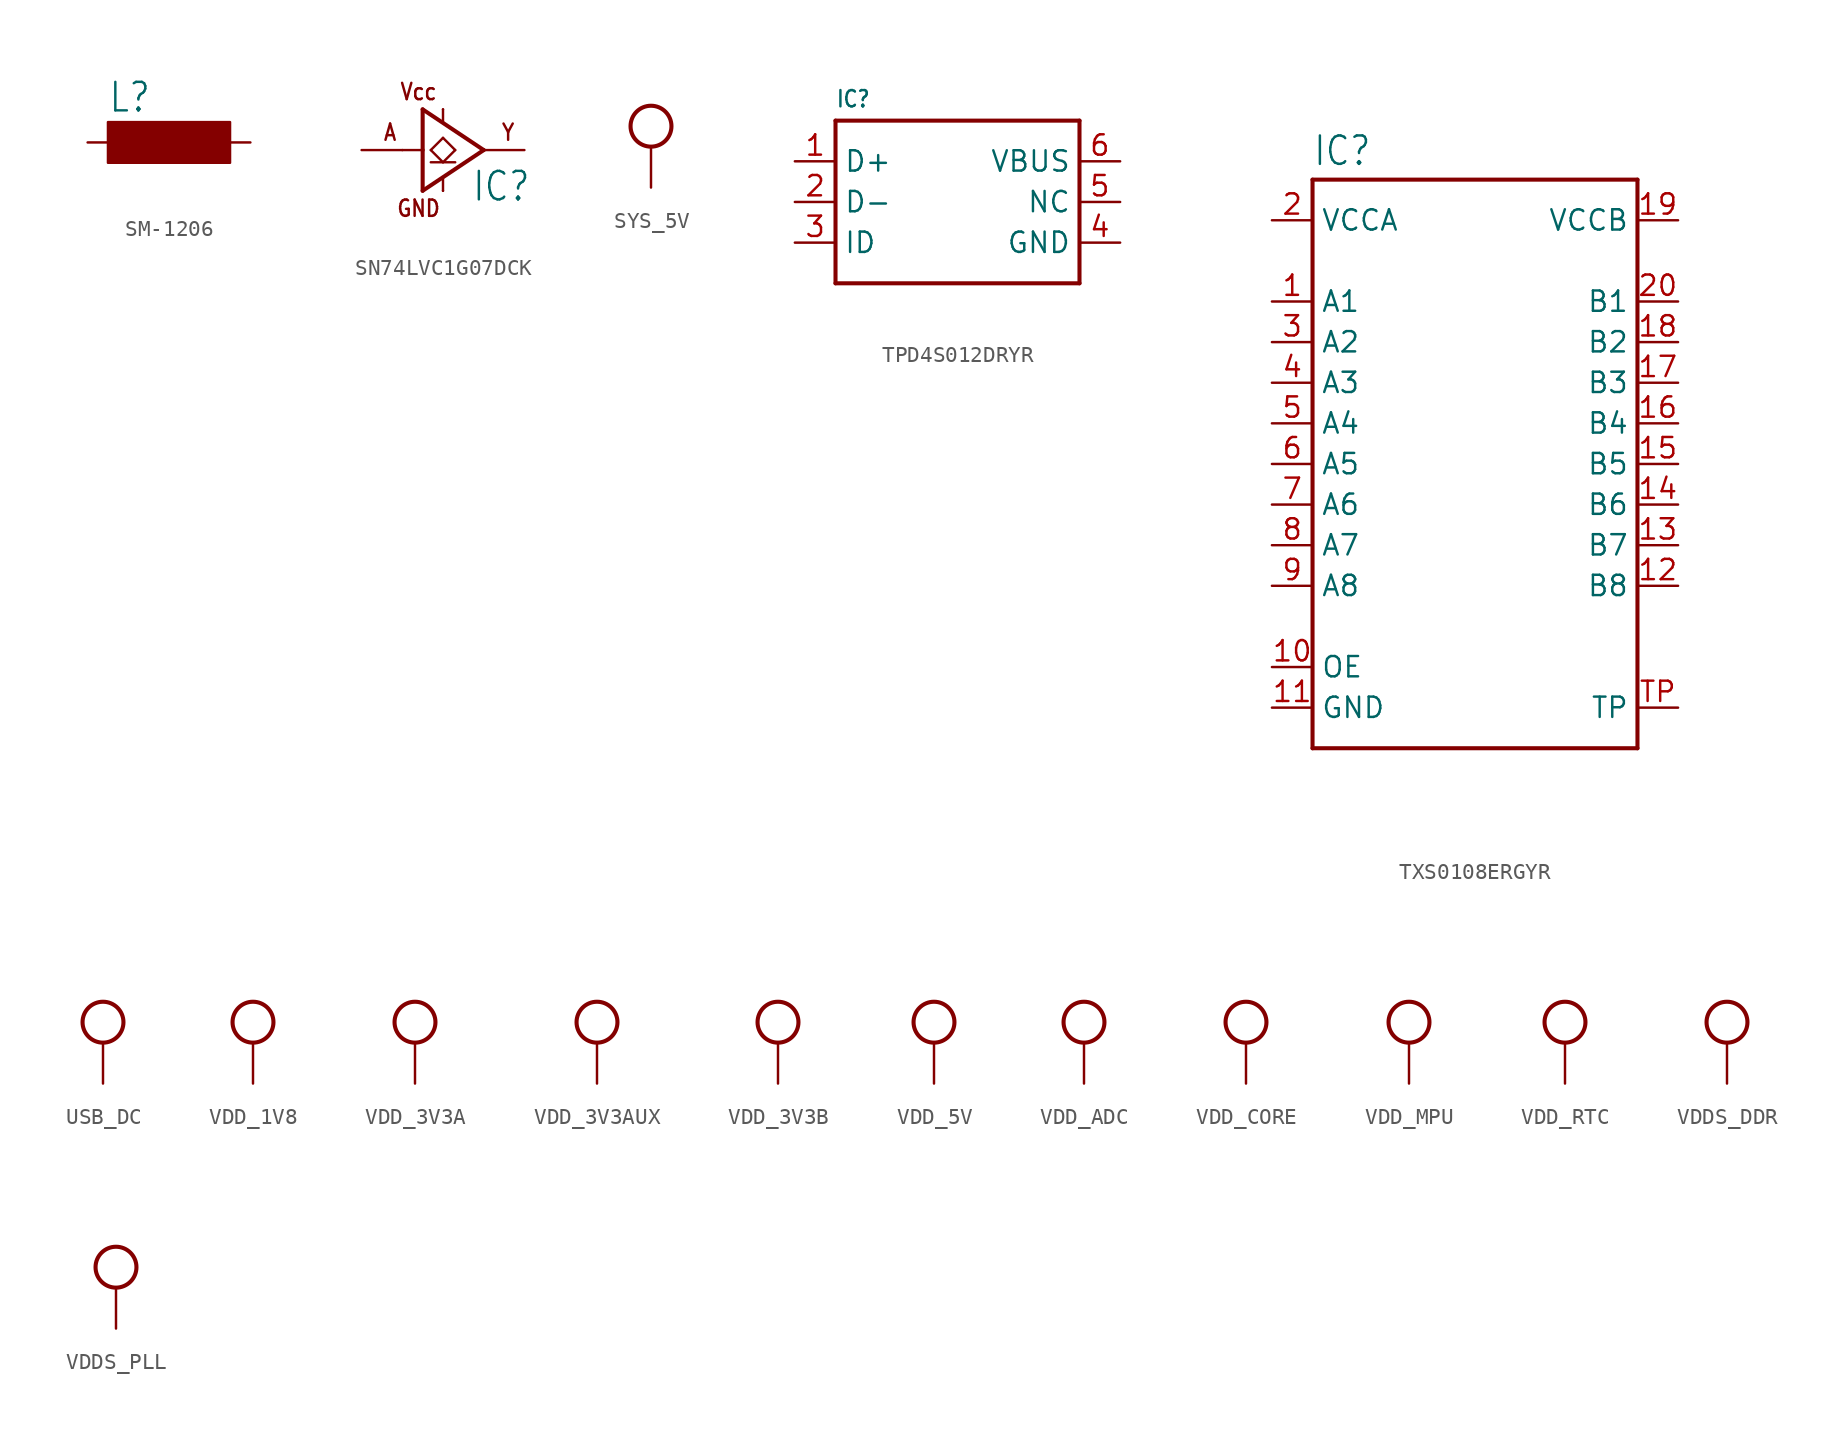
<source format=kicad_sym>
(kicad_symbol_lib
  (version 20231120)
  (generator "kicad_symbol_editor")
  (generator_version "8.0")
  (symbol "SM-1206"
    (property "Reference" "L"
      (at -3.81 1.778 0)
      (effects (font (size 1.778 1.511)) (justify left bottom)))
    (property "Value" ""
      (at -3.81 -3.556 0)
      (effects (font (size 1.778 1.511)) (justify left bottom)))
    (property "ki_locked" ""
      (at 0 0 0)
      (effects (font (size 1.27 1.27))))
    (symbol "SM-1206_1_0"
      (rectangle (start -3.81 -1.27) (end 3.81 1.27) (stroke (width 0) (type default)) (fill (type outline)))
      (pin passive line (at -5.08 0 0) (length 2.54) (name "1" (effects (font (size 0 0)))) (number "1" (effects (font (size 0 0)))))
      (pin passive line (at 5.08 0 180) (length 2.54) (name "2" (effects (font (size 0 0)))) (number "2" (effects (font (size 0 0)))))))
  (symbol "SN74LVC1G07DCK"
    (property "Reference" "IC"
      (at 1.778 -3.302 0)
      (effects (font (size 1.778 1.511)) (justify left bottom)))
    (property "Value" ""
      (at 1.778 -5.334 0)
      (effects (font (size 1.778 1.511)) (justify left bottom)))
    (property "ki_locked" ""
      (at 0 0 0)
      (effects (font (size 1.27 1.27))))
    (symbol "SN74LVC1G07DCK_1_0"
      (polyline (pts (xy -2.54 0) (xy -1.27 0)) (stroke (width 0.152) (type solid)) (fill (type none)))
      (polyline (pts (xy -1.27 -2.54) (xy 2.54 0)) (stroke (width 0.254) (type solid)) (fill (type none)))
      (polyline (pts (xy -1.27 0) (xy -1.27 -2.54)) (stroke (width 0.254) (type solid)) (fill (type none)))
      (polyline (pts (xy -1.27 2.54) (xy -1.27 0)) (stroke (width 0.254) (type solid)) (fill (type none)))
      (polyline (pts (xy -0.762 -0.762) (xy 0.762 -0.762)) (stroke (width 0.152) (type solid)) (fill (type none)))
      (polyline (pts (xy -0.762 0) (xy 0 0.762)) (stroke (width 0.152) (type solid)) (fill (type none)))
      (polyline (pts (xy 0 -1.778) (xy 0 -2.54)) (stroke (width 0.152) (type solid)) (fill (type none)))
      (polyline (pts (xy 0 -0.762) (xy -0.762 0)) (stroke (width 0.152) (type solid)) (fill (type none)))
      (polyline (pts (xy 0 0.762) (xy 0.762 0)) (stroke (width 0.152) (type solid)) (fill (type none)))
      (polyline (pts (xy 0 2.54) (xy 0 1.778)) (stroke (width 0.152) (type solid)) (fill (type none)))
      (polyline (pts (xy 0.762 0) (xy 0 -0.762)) (stroke (width 0.152) (type solid)) (fill (type none)))
      (polyline (pts (xy 2.54 0) (xy -1.27 2.54)) (stroke (width 0.254) (type solid)) (fill (type none)))
      (text "A" (at -3.302 0.508 0) (effects (font (size 1.016 0.864)) (justify bottom)))
      (text "GND" (at -1.524 -3.048 0) (effects (font (size 1.016 0.864)) (justify top)))
      (text "Vcc" (at -1.524 3.048 0) (effects (font (size 1.016 0.864)) (justify bottom)))
      (text "Y" (at 4.064 0.508 0) (effects (font (size 1.016 0.864)) (justify bottom)))
      (pin bidirectional line (at -5.08 0 0) (length 2.54) (name "A" (effects (font (size 0 0)))) (number "2" (effects (font (size 0 0)))))
      (pin bidirectional line (at 0 -2.54 0) (length 0) (name "GND" (effects (font (size 0 0)))) (number "3" (effects (font (size 0 0)))))
      (pin bidirectional line (at 5.08 0 180) (length 2.54) (name "Y" (effects (font (size 0 0)))) (number "4" (effects (font (size 0 0)))))
      (pin bidirectional line (at 0 2.54 0) (length 0) (name "VCC" (effects (font (size 0 0)))) (number "5" (effects (font (size 0 0)))))))
  (symbol "SYS_5V"
    (power)
    (property "Reference" "#SUPPLY"
      (at 0 0 0)
      (effects (font (size 1.27 1.27)) (hide yes)))
    (property "Value" ""
      (at 0 4.064 0)
      (effects (font (size 1.778 1.511))))
    (property "ki_locked" ""
      (at 0 0 0)
      (effects (font (size 1.27 1.27))))
    (symbol "SYS_5V_1_0"
      (circle (center 0 1.27) (radius 1.27) (stroke (width 0.254) (type solid)) (fill (type none)))
      (pin power_in line (at 0 -2.54 90) (length 2.54) (name "SYS_5V" (effects (font (size 0 0)))) (number "1" (effects (font (size 0 0)))))))
  (symbol "TPD4S012DRYR"
    (property "Reference" "IC"
      (at -7.62 5.842 0)
      (effects (font (size 1.016 0.864)) (justify left bottom)))
    (property "Value" ""
      (at -7.62 -7.112 0)
      (effects (font (size 1.016 0.864)) (justify left bottom)))
    (property "ki_locked" ""
      (at 0 0 0)
      (effects (font (size 1.27 1.27))))
    (symbol "TPD4S012DRYR_1_0"
      (polyline (pts (xy -7.62 -5.08) (xy -7.62 5.08)) (stroke (width 0.254) (type solid)) (fill (type none)))
      (polyline (pts (xy -7.62 5.08) (xy 7.62 5.08)) (stroke (width 0.254) (type solid)) (fill (type none)))
      (polyline (pts (xy 7.62 -5.08) (xy -7.62 -5.08)) (stroke (width 0.254) (type solid)) (fill (type none)))
      (polyline (pts (xy 7.62 5.08) (xy 7.62 -5.08)) (stroke (width 0.254) (type solid)) (fill (type none)))
      (pin bidirectional line (at -10.16 2.54 0) (length 2.54) (name "D+" (effects (font (size 1.27 1.27)))) (number "1" (effects (font (size 1.27 1.27)))))
      (pin bidirectional line (at -10.16 0 0) (length 2.54) (name "D-" (effects (font (size 1.27 1.27)))) (number "2" (effects (font (size 1.27 1.27)))))
      (pin bidirectional line (at -10.16 -2.54 0) (length 2.54) (name "ID" (effects (font (size 1.27 1.27)))) (number "3" (effects (font (size 1.27 1.27)))))
      (pin bidirectional line (at 10.16 -2.54 180) (length 2.54) (name "GND" (effects (font (size 1.27 1.27)))) (number "4" (effects (font (size 1.27 1.27)))))
      (pin bidirectional line (at 10.16 0 180) (length 2.54) (name "NC" (effects (font (size 1.27 1.27)))) (number "5" (effects (font (size 1.27 1.27)))))
      (pin bidirectional line (at 10.16 2.54 180) (length 2.54) (name "VBUS" (effects (font (size 1.27 1.27)))) (number "6" (effects (font (size 1.27 1.27)))))))
  (symbol "TXS0108ERGYR"
    (property "Reference" "IC"
      (at -10.16 18.542 0)
      (effects (font (size 1.778 1.511)) (justify left bottom)))
    (property "Value" ""
      (at -10.16 -20.32 0)
      (effects (font (size 1.778 1.511)) (justify left bottom)))
    (property "ki_locked" ""
      (at 0 0 0)
      (effects (font (size 1.27 1.27))))
    (symbol "TXS0108ERGYR_1_0"
      (polyline (pts (xy -10.16 -17.78) (xy -10.16 17.78)) (stroke (width 0.254) (type solid)) (fill (type none)))
      (polyline (pts (xy -10.16 17.78) (xy 10.16 17.78)) (stroke (width 0.254) (type solid)) (fill (type none)))
      (polyline (pts (xy 10.16 -17.78) (xy -10.16 -17.78)) (stroke (width 0.254) (type solid)) (fill (type none)))
      (polyline (pts (xy 10.16 17.78) (xy 10.16 -17.78)) (stroke (width 0.254) (type solid)) (fill (type none)))
      (pin bidirectional line (at -12.7 10.16 0) (length 2.54) (name "A1" (effects (font (size 1.27 1.27)))) (number "1" (effects (font (size 1.27 1.27)))))
      (pin bidirectional line (at -12.7 -12.7 0) (length 2.54) (name "OE" (effects (font (size 1.27 1.27)))) (number "10" (effects (font (size 1.27 1.27)))))
      (pin bidirectional line (at -12.7 -15.24 0) (length 2.54) (name "GND" (effects (font (size 1.27 1.27)))) (number "11" (effects (font (size 1.27 1.27)))))
      (pin bidirectional line (at 12.7 -7.62 180) (length 2.54) (name "B8" (effects (font (size 1.27 1.27)))) (number "12" (effects (font (size 1.27 1.27)))))
      (pin bidirectional line (at 12.7 -5.08 180) (length 2.54) (name "B7" (effects (font (size 1.27 1.27)))) (number "13" (effects (font (size 1.27 1.27)))))
      (pin bidirectional line (at 12.7 -2.54 180) (length 2.54) (name "B6" (effects (font (size 1.27 1.27)))) (number "14" (effects (font (size 1.27 1.27)))))
      (pin bidirectional line (at 12.7 0 180) (length 2.54) (name "B5" (effects (font (size 1.27 1.27)))) (number "15" (effects (font (size 1.27 1.27)))))
      (pin bidirectional line (at 12.7 2.54 180) (length 2.54) (name "B4" (effects (font (size 1.27 1.27)))) (number "16" (effects (font (size 1.27 1.27)))))
      (pin bidirectional line (at 12.7 5.08 180) (length 2.54) (name "B3" (effects (font (size 1.27 1.27)))) (number "17" (effects (font (size 1.27 1.27)))))
      (pin bidirectional line (at 12.7 7.62 180) (length 2.54) (name "B2" (effects (font (size 1.27 1.27)))) (number "18" (effects (font (size 1.27 1.27)))))
      (pin bidirectional line (at 12.7 15.24 180) (length 2.54) (name "VCCB" (effects (font (size 1.27 1.27)))) (number "19" (effects (font (size 1.27 1.27)))))
      (pin bidirectional line (at -12.7 15.24 0) (length 2.54) (name "VCCA" (effects (font (size 1.27 1.27)))) (number "2" (effects (font (size 1.27 1.27)))))
      (pin bidirectional line (at 12.7 10.16 180) (length 2.54) (name "B1" (effects (font (size 1.27 1.27)))) (number "20" (effects (font (size 1.27 1.27)))))
      (pin bidirectional line (at -12.7 7.62 0) (length 2.54) (name "A2" (effects (font (size 1.27 1.27)))) (number "3" (effects (font (size 1.27 1.27)))))
      (pin bidirectional line (at -12.7 5.08 0) (length 2.54) (name "A3" (effects (font (size 1.27 1.27)))) (number "4" (effects (font (size 1.27 1.27)))))
      (pin bidirectional line (at -12.7 2.54 0) (length 2.54) (name "A4" (effects (font (size 1.27 1.27)))) (number "5" (effects (font (size 1.27 1.27)))))
      (pin bidirectional line (at -12.7 0 0) (length 2.54) (name "A5" (effects (font (size 1.27 1.27)))) (number "6" (effects (font (size 1.27 1.27)))))
      (pin bidirectional line (at -12.7 -2.54 0) (length 2.54) (name "A6" (effects (font (size 1.27 1.27)))) (number "7" (effects (font (size 1.27 1.27)))))
      (pin bidirectional line (at -12.7 -5.08 0) (length 2.54) (name "A7" (effects (font (size 1.27 1.27)))) (number "8" (effects (font (size 1.27 1.27)))))
      (pin bidirectional line (at -12.7 -7.62 0) (length 2.54) (name "A8" (effects (font (size 1.27 1.27)))) (number "9" (effects (font (size 1.27 1.27)))))
      (pin bidirectional line (at 12.7 -15.24 180) (length 2.54) (name "TP" (effects (font (size 1.27 1.27)))) (number "TP" (effects (font (size 1.27 1.27)))))))
  (symbol "USB_DC"
    (power)
    (property "Reference" "#SUPPLY"
      (at 0 0 0)
      (effects (font (size 1.27 1.27)) (hide yes)))
    (property "Value" ""
      (at 0 4.064 0)
      (effects (font (size 1.778 1.511))))
    (property "ki_locked" ""
      (at 0 0 0)
      (effects (font (size 1.27 1.27))))
    (symbol "USB_DC_1_0"
      (circle (center 0 1.27) (radius 1.27) (stroke (width 0.254) (type solid)) (fill (type none)))
      (pin power_in line (at 0 -2.54 90) (length 2.54) (name "USB_DC" (effects (font (size 0 0)))) (number "1" (effects (font (size 0 0)))))))
  (symbol "VDD_1V8"
    (power)
    (property "Reference" "#SUPPLY"
      (at 0 0 0)
      (effects (font (size 1.27 1.27)) (hide yes)))
    (property "Value" ""
      (at 0 4.064 0)
      (effects (font (size 1.778 1.511))))
    (property "ki_locked" ""
      (at 0 0 0)
      (effects (font (size 1.27 1.27))))
    (symbol "VDD_1V8_1_0"
      (circle (center 0 1.27) (radius 1.27) (stroke (width 0.254) (type solid)) (fill (type none)))
      (pin power_in line (at 0 -2.54 90) (length 2.54) (name "VDD_1V8" (effects (font (size 0 0)))) (number "1" (effects (font (size 0 0)))))))
  (symbol "VDD_3V3A"
    (power)
    (property "Reference" "#SUPPLY"
      (at 0 0 0)
      (effects (font (size 1.27 1.27)) (hide yes)))
    (property "Value" ""
      (at 0 4.064 0)
      (effects (font (size 1.778 1.511))))
    (property "ki_locked" ""
      (at 0 0 0)
      (effects (font (size 1.27 1.27))))
    (symbol "VDD_3V3A_1_0"
      (circle (center 0 1.27) (radius 1.27) (stroke (width 0.254) (type solid)) (fill (type none)))
      (pin power_in line (at 0 -2.54 90) (length 2.54) (name "VDD_3V3A" (effects (font (size 0 0)))) (number "1" (effects (font (size 0 0)))))))
  (symbol "VDD_3V3AUX"
    (power)
    (property "Reference" "#SUPPLY"
      (at 0 0 0)
      (effects (font (size 1.27 1.27)) (hide yes)))
    (property "Value" ""
      (at 0 4.064 0)
      (effects (font (size 1.778 1.511))))
    (property "ki_locked" ""
      (at 0 0 0)
      (effects (font (size 1.27 1.27))))
    (symbol "VDD_3V3AUX_1_0"
      (circle (center 0 1.27) (radius 1.27) (stroke (width 0.254) (type solid)) (fill (type none)))
      (pin power_in line (at 0 -2.54 90) (length 2.54) (name "VDD_3V3AUX" (effects (font (size 0 0)))) (number "1" (effects (font (size 0 0)))))))
  (symbol "VDD_3V3B"
    (power)
    (property "Reference" "#SUPPLY"
      (at 0 0 0)
      (effects (font (size 1.27 1.27)) (hide yes)))
    (property "Value" ""
      (at 0 4.064 0)
      (effects (font (size 1.778 1.511))))
    (property "ki_locked" ""
      (at 0 0 0)
      (effects (font (size 1.27 1.27))))
    (symbol "VDD_3V3B_1_0"
      (circle (center 0 1.27) (radius 1.27) (stroke (width 0.254) (type solid)) (fill (type none)))
      (pin power_in line (at 0 -2.54 90) (length 2.54) (name "VDD_3V3B" (effects (font (size 0 0)))) (number "1" (effects (font (size 0 0)))))))
  (symbol "VDD_5V"
    (power)
    (property "Reference" "#SUPPLY"
      (at 0 0 0)
      (effects (font (size 1.27 1.27)) (hide yes)))
    (property "Value" ""
      (at 0 4.064 0)
      (effects (font (size 1.778 1.511))))
    (property "ki_locked" ""
      (at 0 0 0)
      (effects (font (size 1.27 1.27))))
    (symbol "VDD_5V_1_0"
      (circle (center 0 1.27) (radius 1.27) (stroke (width 0.254) (type solid)) (fill (type none)))
      (pin power_in line (at 0 -2.54 90) (length 2.54) (name "VDD_5V" (effects (font (size 0 0)))) (number "1" (effects (font (size 0 0)))))))
  (symbol "VDD_ADC"
    (power)
    (property "Reference" "#SUPPLY"
      (at 0 0 0)
      (effects (font (size 1.27 1.27)) (hide yes)))
    (property "Value" ""
      (at 0 4.064 0)
      (effects (font (size 1.778 1.511))))
    (property "ki_locked" ""
      (at 0 0 0)
      (effects (font (size 1.27 1.27))))
    (symbol "VDD_ADC_1_0"
      (circle (center 0 1.27) (radius 1.27) (stroke (width 0.254) (type solid)) (fill (type none)))
      (pin power_in line (at 0 -2.54 90) (length 2.54) (name "VDD_ADC" (effects (font (size 0 0)))) (number "1" (effects (font (size 0 0)))))))
  (symbol "VDD_CORE"
    (power)
    (property "Reference" "#SUPPLY"
      (at 0 0 0)
      (effects (font (size 1.27 1.27)) (hide yes)))
    (property "Value" ""
      (at 0 4.064 0)
      (effects (font (size 1.778 1.511))))
    (property "ki_locked" ""
      (at 0 0 0)
      (effects (font (size 1.27 1.27))))
    (symbol "VDD_CORE_1_0"
      (circle (center 0 1.27) (radius 1.27) (stroke (width 0.254) (type solid)) (fill (type none)))
      (pin power_in line (at 0 -2.54 90) (length 2.54) (name "VDD_CORE" (effects (font (size 0 0)))) (number "1" (effects (font (size 0 0)))))))
  (symbol "VDD_MPU"
    (power)
    (property "Reference" "#SUPPLY"
      (at 0 0 0)
      (effects (font (size 1.27 1.27)) (hide yes)))
    (property "Value" ""
      (at 0 4.064 0)
      (effects (font (size 1.778 1.511))))
    (property "ki_locked" ""
      (at 0 0 0)
      (effects (font (size 1.27 1.27))))
    (symbol "VDD_MPU_1_0"
      (circle (center 0 1.27) (radius 1.27) (stroke (width 0.254) (type solid)) (fill (type none)))
      (pin power_in line (at 0 -2.54 90) (length 2.54) (name "VDD_MPU" (effects (font (size 0 0)))) (number "1" (effects (font (size 0 0)))))))
  (symbol "VDD_RTC"
    (power)
    (property "Reference" "#SUPPLY"
      (at 0 0 0)
      (effects (font (size 1.27 1.27)) (hide yes)))
    (property "Value" ""
      (at 0 4.064 0)
      (effects (font (size 1.778 1.511))))
    (property "ki_locked" ""
      (at 0 0 0)
      (effects (font (size 1.27 1.27))))
    (symbol "VDD_RTC_1_0"
      (circle (center 0 1.27) (radius 1.27) (stroke (width 0.254) (type solid)) (fill (type none)))
      (pin power_in line (at 0 -2.54 90) (length 2.54) (name "VDD_RTC" (effects (font (size 0 0)))) (number "1" (effects (font (size 0 0)))))))
  (symbol "VDDS_DDR"
    (power)
    (property "Reference" "#SUPPLY"
      (at 0 0 0)
      (effects (font (size 1.27 1.27)) (hide yes)))
    (property "Value" ""
      (at 0 4.064 0)
      (effects (font (size 1.778 1.511))))
    (property "ki_locked" ""
      (at 0 0 0)
      (effects (font (size 1.27 1.27))))
    (symbol "VDDS_DDR_1_0"
      (circle (center 0 1.27) (radius 1.27) (stroke (width 0.254) (type solid)) (fill (type none)))
      (pin power_in line (at 0 -2.54 90) (length 2.54) (name "VDDS_DDR" (effects (font (size 0 0)))) (number "1" (effects (font (size 0 0)))))))
  (symbol "VDDS_PLL"
    (power)
    (property "Reference" "#SUPPLY"
      (at 0 0 0)
      (effects (font (size 1.27 1.27)) (hide yes)))
    (property "Value" ""
      (at 0 4.064 0)
      (effects (font (size 1.778 1.511))))
    (property "ki_locked" ""
      (at 0 0 0)
      (effects (font (size 1.27 1.27))))
    (symbol "VDDS_PLL_1_0"
      (circle (center 0 1.27) (radius 1.27) (stroke (width 0.254) (type solid)) (fill (type none)))
      (pin power_in line (at 0 -2.54 90) (length 2.54) (name "VDDS_PLL" (effects (font (size 0 0)))) (number "1" (effects (font (size 0 0))))))))
</source>
